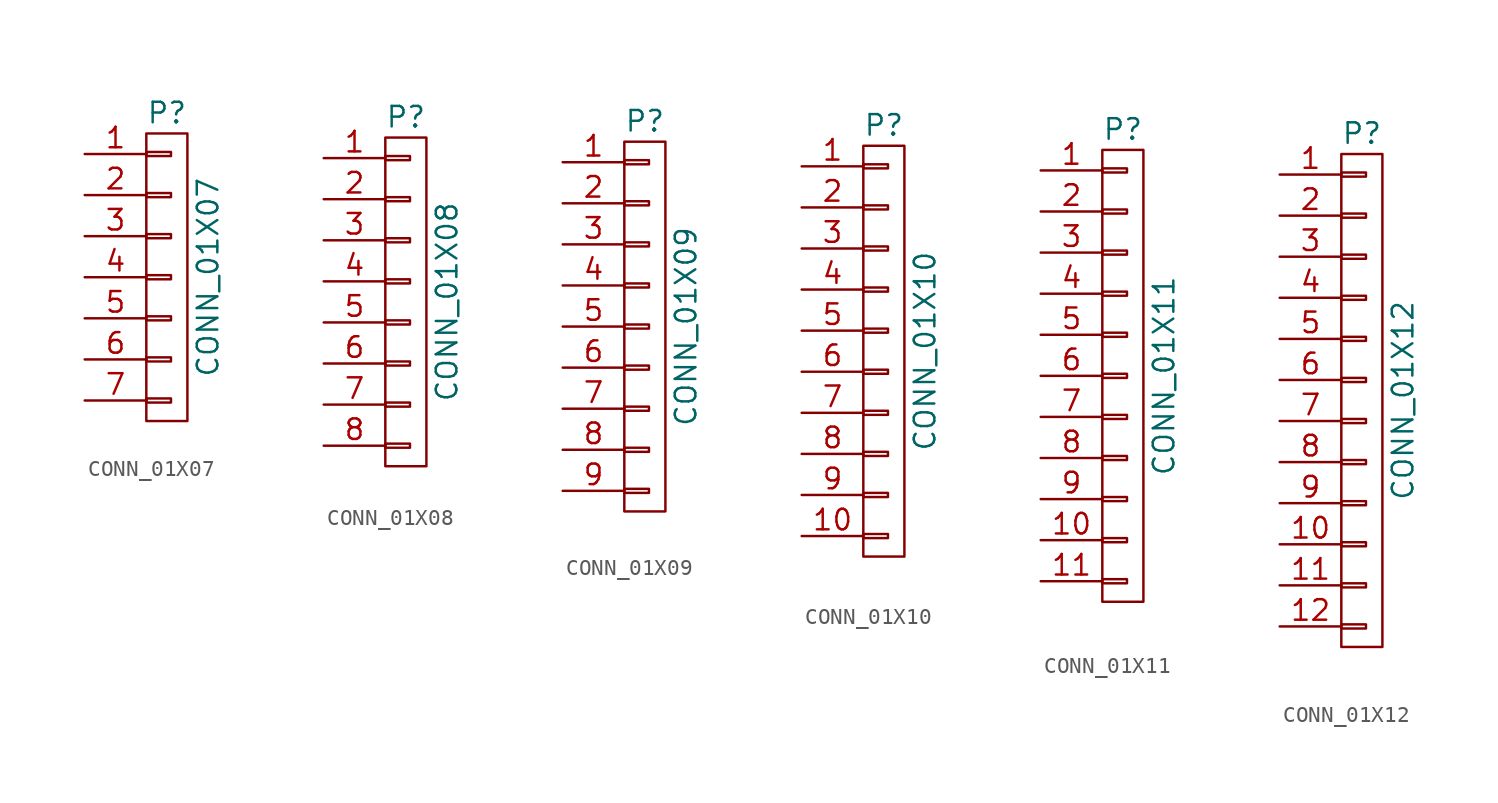
<source format=kicad_sym>
(kicad_symbol_lib
  (version 20231120)
  (generator "kicad_symbol_editor")
  (generator_version "8.0")
  (symbol "CONN_01X07"
    (pin_names
      (offset 1.016) hide)
    (property "Reference" "P"
      (at 0 10.16 0)
      (effects (font (size 1.27 1.27))))
    (property "Value" "CONN_01X07"
      (at 2.54 0 90)
      (effects (font (size 1.27 1.27))))
    (property "Footprint" ""
      (at 0 0 0)
      (effects (font (size 1.27 1.27))))
    (property "Datasheet" ""
      (at 0 0 0)
      (effects (font (size 1.27 1.27))))
    (symbol "CONN_01X07_0_1"
      (rectangle (start -1.27 -8.89) (end 1.27 8.89) (stroke (width 0) (type solid)) (fill (type none)))
      (rectangle (start -1.27 -7.493) (end 0.254 -7.747) (stroke (width 0) (type solid)) (fill (type none)))
      (rectangle (start -1.27 -4.953) (end 0.254 -5.207) (stroke (width 0) (type solid)) (fill (type none)))
      (rectangle (start -1.27 -2.413) (end 0.254 -2.667) (stroke (width 0) (type solid)) (fill (type none)))
      (rectangle (start -1.27 0.127) (end 0.254 -0.127) (stroke (width 0) (type solid)) (fill (type none)))
      (rectangle (start -1.27 2.667) (end 0.254 2.413) (stroke (width 0) (type solid)) (fill (type none)))
      (rectangle (start -1.27 5.207) (end 0.254 4.953) (stroke (width 0) (type solid)) (fill (type none)))
      (rectangle (start -1.27 7.747) (end 0.254 7.493) (stroke (width 0) (type solid)) (fill (type none))))
    (symbol "CONN_01X07_1_1"
      (pin passive line (at -5.08 7.62 0) (length 3.81) (name "P1" (effects (font (size 1.27 1.27)))) (number "1" (effects (font (size 1.27 1.27)))))
      (pin passive line (at -5.08 5.08 0) (length 3.81) (name "P2" (effects (font (size 1.27 1.27)))) (number "2" (effects (font (size 1.27 1.27)))))
      (pin passive line (at -5.08 2.54 0) (length 3.81) (name "P3" (effects (font (size 1.27 1.27)))) (number "3" (effects (font (size 1.27 1.27)))))
      (pin passive line (at -5.08 0 0) (length 3.81) (name "P4" (effects (font (size 1.27 1.27)))) (number "4" (effects (font (size 1.27 1.27)))))
      (pin passive line (at -5.08 -2.54 0) (length 3.81) (name "P5" (effects (font (size 1.27 1.27)))) (number "5" (effects (font (size 1.27 1.27)))))
      (pin passive line (at -5.08 -5.08 0) (length 3.81) (name "P6" (effects (font (size 1.27 1.27)))) (number "6" (effects (font (size 1.27 1.27)))))
      (pin passive line (at -5.08 -7.62 0) (length 3.81) (name "P7" (effects (font (size 1.27 1.27)))) (number "7" (effects (font (size 1.27 1.27)))))))
  (symbol "CONN_01X08"
    (pin_names
      (offset 1.016) hide)
    (property "Reference" "P"
      (at 0 11.43 0)
      (effects (font (size 1.27 1.27))))
    (property "Value" "CONN_01X08"
      (at 2.54 0 90)
      (effects (font (size 1.27 1.27))))
    (property "Footprint" ""
      (at 0 0 0)
      (effects (font (size 1.27 1.27))))
    (property "Datasheet" ""
      (at 0 0 0)
      (effects (font (size 1.27 1.27))))
    (symbol "CONN_01X08_0_1"
      (rectangle (start -1.27 -10.16) (end 1.27 10.16) (stroke (width 0) (type solid)) (fill (type none)))
      (rectangle (start -1.27 -8.763) (end 0.254 -9.017) (stroke (width 0) (type solid)) (fill (type none)))
      (rectangle (start -1.27 -6.223) (end 0.254 -6.477) (stroke (width 0) (type solid)) (fill (type none)))
      (rectangle (start -1.27 -3.683) (end 0.254 -3.937) (stroke (width 0) (type solid)) (fill (type none)))
      (rectangle (start -1.27 -1.143) (end 0.254 -1.397) (stroke (width 0) (type solid)) (fill (type none)))
      (rectangle (start -1.27 1.397) (end 0.254 1.143) (stroke (width 0) (type solid)) (fill (type none)))
      (rectangle (start -1.27 3.937) (end 0.254 3.683) (stroke (width 0) (type solid)) (fill (type none)))
      (rectangle (start -1.27 6.477) (end 0.254 6.223) (stroke (width 0) (type solid)) (fill (type none)))
      (rectangle (start -1.27 9.017) (end 0.254 8.763) (stroke (width 0) (type solid)) (fill (type none))))
    (symbol "CONN_01X08_1_1"
      (pin passive line (at -5.08 8.89 0) (length 3.81) (name "P1" (effects (font (size 1.27 1.27)))) (number "1" (effects (font (size 1.27 1.27)))))
      (pin passive line (at -5.08 6.35 0) (length 3.81) (name "P2" (effects (font (size 1.27 1.27)))) (number "2" (effects (font (size 1.27 1.27)))))
      (pin passive line (at -5.08 3.81 0) (length 3.81) (name "P3" (effects (font (size 1.27 1.27)))) (number "3" (effects (font (size 1.27 1.27)))))
      (pin passive line (at -5.08 1.27 0) (length 3.81) (name "P4" (effects (font (size 1.27 1.27)))) (number "4" (effects (font (size 1.27 1.27)))))
      (pin passive line (at -5.08 -1.27 0) (length 3.81) (name "P5" (effects (font (size 1.27 1.27)))) (number "5" (effects (font (size 1.27 1.27)))))
      (pin passive line (at -5.08 -3.81 0) (length 3.81) (name "P6" (effects (font (size 1.27 1.27)))) (number "6" (effects (font (size 1.27 1.27)))))
      (pin passive line (at -5.08 -6.35 0) (length 3.81) (name "P7" (effects (font (size 1.27 1.27)))) (number "7" (effects (font (size 1.27 1.27)))))
      (pin passive line (at -5.08 -8.89 0) (length 3.81) (name "P8" (effects (font (size 1.27 1.27)))) (number "8" (effects (font (size 1.27 1.27)))))))
  (symbol "CONN_01X09"
    (pin_names
      (offset 1.016) hide)
    (property "Reference" "P"
      (at 0 12.7 0)
      (effects (font (size 1.27 1.27))))
    (property "Value" "CONN_01X09"
      (at 2.54 0 90)
      (effects (font (size 1.27 1.27))))
    (property "Footprint" ""
      (at 0 0 0)
      (effects (font (size 1.27 1.27))))
    (property "Datasheet" ""
      (at 0 0 0)
      (effects (font (size 1.27 1.27))))
    (symbol "CONN_01X09_0_1"
      (rectangle (start -1.27 -10.033) (end 0.254 -10.287) (stroke (width 0) (type solid)) (fill (type none)))
      (rectangle (start -1.27 -7.493) (end 0.254 -7.747) (stroke (width 0) (type solid)) (fill (type none)))
      (rectangle (start -1.27 -4.953) (end 0.254 -5.207) (stroke (width 0) (type solid)) (fill (type none)))
      (rectangle (start -1.27 -2.413) (end 0.254 -2.667) (stroke (width 0) (type solid)) (fill (type none)))
      (rectangle (start -1.27 0.127) (end 0.254 -0.127) (stroke (width 0) (type solid)) (fill (type none)))
      (rectangle (start -1.27 2.667) (end 0.254 2.413) (stroke (width 0) (type solid)) (fill (type none)))
      (rectangle (start -1.27 5.207) (end 0.254 4.953) (stroke (width 0) (type solid)) (fill (type none)))
      (rectangle (start -1.27 7.747) (end 0.254 7.493) (stroke (width 0) (type solid)) (fill (type none)))
      (rectangle (start -1.27 10.287) (end 0.254 10.033) (stroke (width 0) (type solid)) (fill (type none)))
      (rectangle (start -1.27 11.43) (end 1.27 -11.43) (stroke (width 0) (type solid)) (fill (type none))))
    (symbol "CONN_01X09_1_1"
      (pin passive line (at -5.08 10.16 0) (length 3.81) (name "P1" (effects (font (size 1.27 1.27)))) (number "1" (effects (font (size 1.27 1.27)))))
      (pin passive line (at -5.08 7.62 0) (length 3.81) (name "P2" (effects (font (size 1.27 1.27)))) (number "2" (effects (font (size 1.27 1.27)))))
      (pin passive line (at -5.08 5.08 0) (length 3.81) (name "P3" (effects (font (size 1.27 1.27)))) (number "3" (effects (font (size 1.27 1.27)))))
      (pin passive line (at -5.08 2.54 0) (length 3.81) (name "P4" (effects (font (size 1.27 1.27)))) (number "4" (effects (font (size 1.27 1.27)))))
      (pin passive line (at -5.08 0 0) (length 3.81) (name "P5" (effects (font (size 1.27 1.27)))) (number "5" (effects (font (size 1.27 1.27)))))
      (pin passive line (at -5.08 -2.54 0) (length 3.81) (name "P6" (effects (font (size 1.27 1.27)))) (number "6" (effects (font (size 1.27 1.27)))))
      (pin passive line (at -5.08 -5.08 0) (length 3.81) (name "P7" (effects (font (size 1.27 1.27)))) (number "7" (effects (font (size 1.27 1.27)))))
      (pin passive line (at -5.08 -7.62 0) (length 3.81) (name "P8" (effects (font (size 1.27 1.27)))) (number "8" (effects (font (size 1.27 1.27)))))
      (pin passive line (at -5.08 -10.16 0) (length 3.81) (name "P9" (effects (font (size 1.27 1.27)))) (number "9" (effects (font (size 1.27 1.27)))))))
  (symbol "CONN_01X10"
    (pin_names
      (offset 1.016) hide)
    (property "Reference" "P"
      (at 0 13.97 0)
      (effects (font (size 1.27 1.27))))
    (property "Value" "CONN_01X10"
      (at 2.54 0 90)
      (effects (font (size 1.27 1.27))))
    (property "Footprint" ""
      (at 0 0 0)
      (effects (font (size 1.27 1.27))))
    (property "Datasheet" ""
      (at 0 0 0)
      (effects (font (size 1.27 1.27))))
    (symbol "CONN_01X10_0_1"
      (rectangle (start -1.27 -11.303) (end 0.254 -11.557) (stroke (width 0) (type solid)) (fill (type none)))
      (rectangle (start -1.27 -8.763) (end 0.254 -9.017) (stroke (width 0) (type solid)) (fill (type none)))
      (rectangle (start -1.27 -6.223) (end 0.254 -6.477) (stroke (width 0) (type solid)) (fill (type none)))
      (rectangle (start -1.27 -3.683) (end 0.254 -3.937) (stroke (width 0) (type solid)) (fill (type none)))
      (rectangle (start -1.27 -1.143) (end 0.254 -1.397) (stroke (width 0) (type solid)) (fill (type none)))
      (rectangle (start -1.27 1.397) (end 0.254 1.143) (stroke (width 0) (type solid)) (fill (type none)))
      (rectangle (start -1.27 3.937) (end 0.254 3.683) (stroke (width 0) (type solid)) (fill (type none)))
      (rectangle (start -1.27 6.477) (end 0.254 6.223) (stroke (width 0) (type solid)) (fill (type none)))
      (rectangle (start -1.27 9.017) (end 0.254 8.763) (stroke (width 0) (type solid)) (fill (type none)))
      (rectangle (start -1.27 11.557) (end 0.254 11.303) (stroke (width 0) (type solid)) (fill (type none)))
      (rectangle (start -1.27 12.7) (end 1.27 -12.7) (stroke (width 0) (type solid)) (fill (type none))))
    (symbol "CONN_01X10_1_1"
      (pin passive line (at -5.08 11.43 0) (length 3.81) (name "P1" (effects (font (size 1.27 1.27)))) (number "1" (effects (font (size 1.27 1.27)))))
      (pin passive line (at -5.08 -11.43 0) (length 3.81) (name "P10" (effects (font (size 1.27 1.27)))) (number "10" (effects (font (size 1.27 1.27)))))
      (pin passive line (at -5.08 8.89 0) (length 3.81) (name "P2" (effects (font (size 1.27 1.27)))) (number "2" (effects (font (size 1.27 1.27)))))
      (pin passive line (at -5.08 6.35 0) (length 3.81) (name "P3" (effects (font (size 1.27 1.27)))) (number "3" (effects (font (size 1.27 1.27)))))
      (pin passive line (at -5.08 3.81 0) (length 3.81) (name "P4" (effects (font (size 1.27 1.27)))) (number "4" (effects (font (size 1.27 1.27)))))
      (pin passive line (at -5.08 1.27 0) (length 3.81) (name "P5" (effects (font (size 1.27 1.27)))) (number "5" (effects (font (size 1.27 1.27)))))
      (pin passive line (at -5.08 -1.27 0) (length 3.81) (name "P6" (effects (font (size 1.27 1.27)))) (number "6" (effects (font (size 1.27 1.27)))))
      (pin passive line (at -5.08 -3.81 0) (length 3.81) (name "P7" (effects (font (size 1.27 1.27)))) (number "7" (effects (font (size 1.27 1.27)))))
      (pin passive line (at -5.08 -6.35 0) (length 3.81) (name "P8" (effects (font (size 1.27 1.27)))) (number "8" (effects (font (size 1.27 1.27)))))
      (pin passive line (at -5.08 -8.89 0) (length 3.81) (name "P9" (effects (font (size 1.27 1.27)))) (number "9" (effects (font (size 1.27 1.27)))))))
  (symbol "CONN_01X11"
    (pin_names
      (offset 1.016) hide)
    (property "Reference" "P"
      (at 0 15.24 0)
      (effects (font (size 1.27 1.27))))
    (property "Value" "CONN_01X11"
      (at 2.54 0 90)
      (effects (font (size 1.27 1.27))))
    (property "Footprint" ""
      (at 0 0 0)
      (effects (font (size 1.27 1.27))))
    (property "Datasheet" ""
      (at 0 0 0)
      (effects (font (size 1.27 1.27))))
    (symbol "CONN_01X11_0_1"
      (rectangle (start -1.27 -12.573) (end 0.254 -12.827) (stroke (width 0) (type solid)) (fill (type none)))
      (rectangle (start -1.27 -10.033) (end 0.254 -10.287) (stroke (width 0) (type solid)) (fill (type none)))
      (rectangle (start -1.27 -7.493) (end 0.254 -7.747) (stroke (width 0) (type solid)) (fill (type none)))
      (rectangle (start -1.27 -4.953) (end 0.254 -5.207) (stroke (width 0) (type solid)) (fill (type none)))
      (rectangle (start -1.27 -2.413) (end 0.254 -2.667) (stroke (width 0) (type solid)) (fill (type none)))
      (rectangle (start -1.27 0.127) (end 0.254 -0.127) (stroke (width 0) (type solid)) (fill (type none)))
      (rectangle (start -1.27 2.667) (end 0.254 2.413) (stroke (width 0) (type solid)) (fill (type none)))
      (rectangle (start -1.27 5.207) (end 0.254 4.953) (stroke (width 0) (type solid)) (fill (type none)))
      (rectangle (start -1.27 7.747) (end 0.254 7.493) (stroke (width 0) (type solid)) (fill (type none)))
      (rectangle (start -1.27 10.287) (end 0.254 10.033) (stroke (width 0) (type solid)) (fill (type none)))
      (rectangle (start -1.27 12.827) (end 0.254 12.573) (stroke (width 0) (type solid)) (fill (type none)))
      (rectangle (start -1.27 13.97) (end 1.27 -13.97) (stroke (width 0) (type solid)) (fill (type none))))
    (symbol "CONN_01X11_1_1"
      (pin passive line (at -5.08 12.7 0) (length 3.81) (name "P1" (effects (font (size 1.27 1.27)))) (number "1" (effects (font (size 1.27 1.27)))))
      (pin passive line (at -5.08 -10.16 0) (length 3.81) (name "P10" (effects (font (size 1.27 1.27)))) (number "10" (effects (font (size 1.27 1.27)))))
      (pin passive line (at -5.08 -12.7 0) (length 3.81) (name "P11" (effects (font (size 1.27 1.27)))) (number "11" (effects (font (size 1.27 1.27)))))
      (pin passive line (at -5.08 10.16 0) (length 3.81) (name "P2" (effects (font (size 1.27 1.27)))) (number "2" (effects (font (size 1.27 1.27)))))
      (pin passive line (at -5.08 7.62 0) (length 3.81) (name "P3" (effects (font (size 1.27 1.27)))) (number "3" (effects (font (size 1.27 1.27)))))
      (pin passive line (at -5.08 5.08 0) (length 3.81) (name "P4" (effects (font (size 1.27 1.27)))) (number "4" (effects (font (size 1.27 1.27)))))
      (pin passive line (at -5.08 2.54 0) (length 3.81) (name "P5" (effects (font (size 1.27 1.27)))) (number "5" (effects (font (size 1.27 1.27)))))
      (pin passive line (at -5.08 0 0) (length 3.81) (name "P6" (effects (font (size 1.27 1.27)))) (number "6" (effects (font (size 1.27 1.27)))))
      (pin passive line (at -5.08 -2.54 0) (length 3.81) (name "P7" (effects (font (size 1.27 1.27)))) (number "7" (effects (font (size 1.27 1.27)))))
      (pin passive line (at -5.08 -5.08 0) (length 3.81) (name "P8" (effects (font (size 1.27 1.27)))) (number "8" (effects (font (size 1.27 1.27)))))
      (pin passive line (at -5.08 -7.62 0) (length 3.81) (name "P9" (effects (font (size 1.27 1.27)))) (number "9" (effects (font (size 1.27 1.27)))))))
  (symbol "CONN_01X12"
    (pin_names
      (offset 1.016) hide)
    (property "Reference" "P"
      (at 0 16.51 0)
      (effects (font (size 1.27 1.27))))
    (property "Value" "CONN_01X12"
      (at 2.54 0 90)
      (effects (font (size 1.27 1.27))))
    (property "Footprint" ""
      (at 0 0 0)
      (effects (font (size 1.27 1.27))))
    (property "Datasheet" ""
      (at 0 0 0)
      (effects (font (size 1.27 1.27))))
    (symbol "CONN_01X12_0_1"
      (rectangle (start -1.27 -15.24) (end 1.27 15.24) (stroke (width 0) (type solid)) (fill (type none)))
      (rectangle (start -1.27 -13.843) (end 0.254 -14.097) (stroke (width 0) (type solid)) (fill (type none)))
      (rectangle (start -1.27 -11.303) (end 0.254 -11.557) (stroke (width 0) (type solid)) (fill (type none)))
      (rectangle (start -1.27 -8.763) (end 0.254 -9.017) (stroke (width 0) (type solid)) (fill (type none)))
      (rectangle (start -1.27 -6.223) (end 0.254 -6.477) (stroke (width 0) (type solid)) (fill (type none)))
      (rectangle (start -1.27 -3.683) (end 0.254 -3.937) (stroke (width 0) (type solid)) (fill (type none)))
      (rectangle (start -1.27 -1.143) (end 0.254 -1.397) (stroke (width 0) (type solid)) (fill (type none)))
      (rectangle (start -1.27 1.397) (end 0.254 1.143) (stroke (width 0) (type solid)) (fill (type none)))
      (rectangle (start -1.27 3.937) (end 0.254 3.683) (stroke (width 0) (type solid)) (fill (type none)))
      (rectangle (start -1.27 6.477) (end 0.254 6.223) (stroke (width 0) (type solid)) (fill (type none)))
      (rectangle (start -1.27 9.017) (end 0.254 8.763) (stroke (width 0) (type solid)) (fill (type none)))
      (rectangle (start -1.27 11.557) (end 0.254 11.303) (stroke (width 0) (type solid)) (fill (type none)))
      (rectangle (start -1.27 14.097) (end 0.254 13.843) (stroke (width 0) (type solid)) (fill (type none))))
    (symbol "CONN_01X12_1_1"
      (pin passive line (at -5.08 13.97 0) (length 3.81) (name "P1" (effects (font (size 1.27 1.27)))) (number "1" (effects (font (size 1.27 1.27)))))
      (pin passive line (at -5.08 -8.89 0) (length 3.81) (name "P10" (effects (font (size 1.27 1.27)))) (number "10" (effects (font (size 1.27 1.27)))))
      (pin passive line (at -5.08 -11.43 0) (length 3.81) (name "P11" (effects (font (size 1.27 1.27)))) (number "11" (effects (font (size 1.27 1.27)))))
      (pin passive line (at -5.08 -13.97 0) (length 3.81) (name "P12" (effects (font (size 1.27 1.27)))) (number "12" (effects (font (size 1.27 1.27)))))
      (pin passive line (at -5.08 11.43 0) (length 3.81) (name "P2" (effects (font (size 1.27 1.27)))) (number "2" (effects (font (size 1.27 1.27)))))
      (pin passive line (at -5.08 8.89 0) (length 3.81) (name "P3" (effects (font (size 1.27 1.27)))) (number "3" (effects (font (size 1.27 1.27)))))
      (pin passive line (at -5.08 6.35 0) (length 3.81) (name "P4" (effects (font (size 1.27 1.27)))) (number "4" (effects (font (size 1.27 1.27)))))
      (pin passive line (at -5.08 3.81 0) (length 3.81) (name "P5" (effects (font (size 1.27 1.27)))) (number "5" (effects (font (size 1.27 1.27)))))
      (pin passive line (at -5.08 1.27 0) (length 3.81) (name "P6" (effects (font (size 1.27 1.27)))) (number "6" (effects (font (size 1.27 1.27)))))
      (pin passive line (at -5.08 -1.27 0) (length 3.81) (name "P7" (effects (font (size 1.27 1.27)))) (number "7" (effects (font (size 1.27 1.27)))))
      (pin passive line (at -5.08 -3.81 0) (length 3.81) (name "P8" (effects (font (size 1.27 1.27)))) (number "8" (effects (font (size 1.27 1.27)))))
      (pin passive line (at -5.08 -6.35 0) (length 3.81) (name "P9" (effects (font (size 1.27 1.27)))) (number "9" (effects (font (size 1.27 1.27))))))))
</source>
